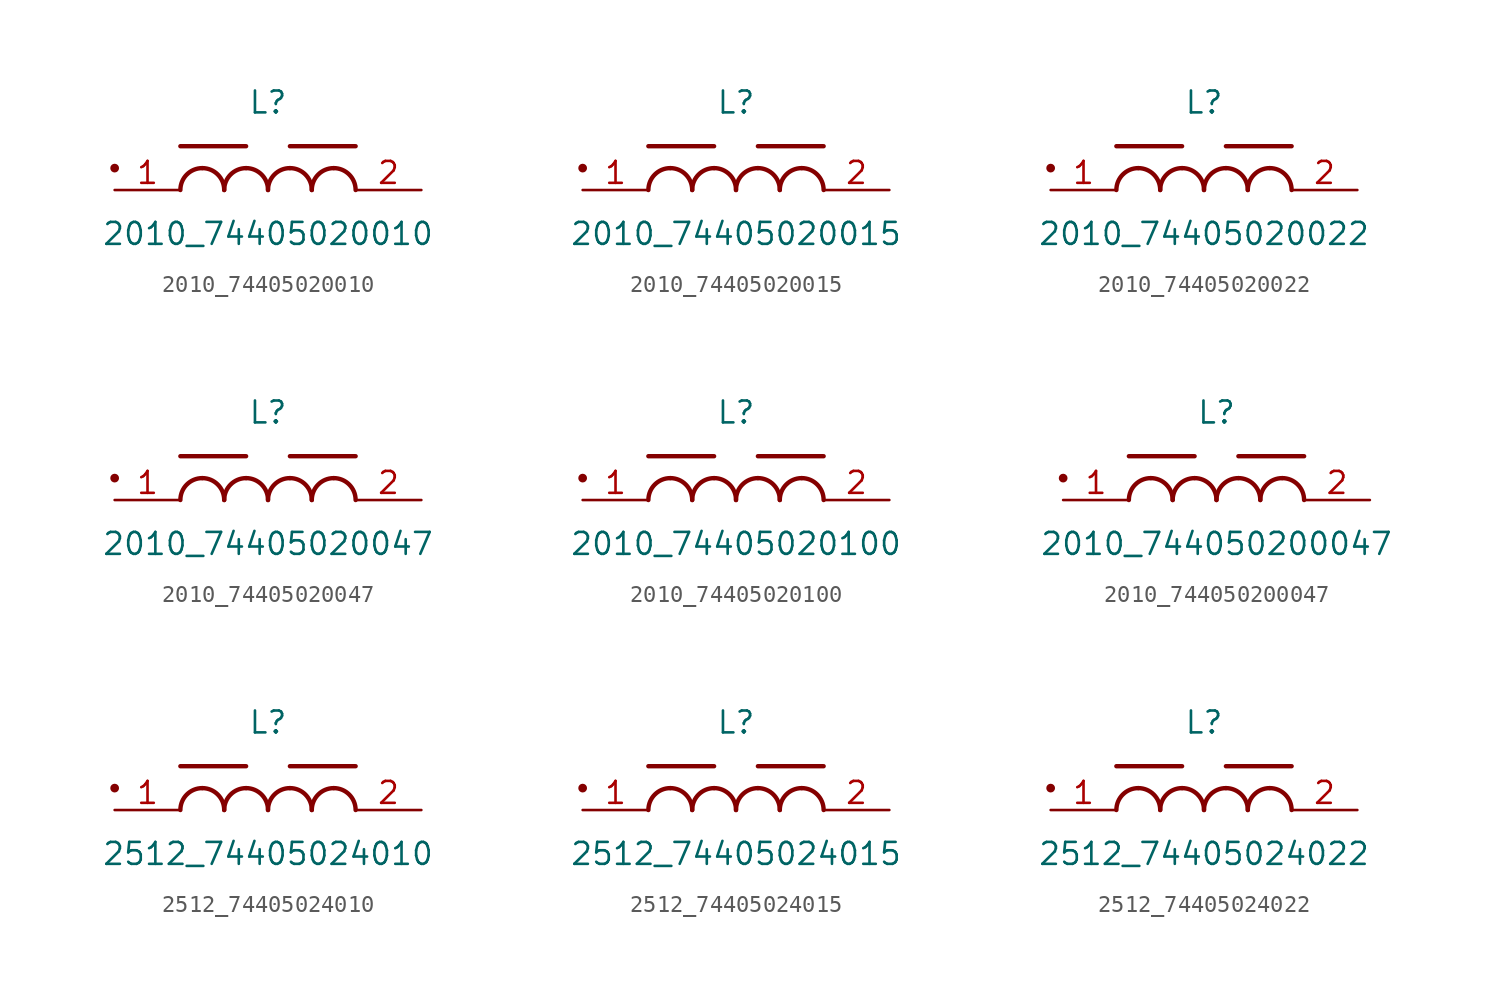
<source format=kicad_sym>
(kicad_symbol_lib
  (version 20211014)
  (generator kicad_symbol_editor)
  (symbol "Inductor_Wurth_WE-LQSH:2010_74405020010"
    (pin_names hide)
    (property "Reference" "L"
      (at 0 5.08 0)
      (effects (font (size 1.27 1.27))))
    (property "Value" "2010_74405020010"
      (at 0 -2.54 0)
      (effects (font (size 1.27 1.27))))
    (symbol "2010_74405020010_0_1"
      (circle (center -8.89 1.27) (radius 0.0001) (stroke (width 0.254)) (stroke (width 0.254) (type default) (color 0 0 0 0)) (fill (type none)))
      (arc (start -3.81 1.27) (mid -4.708 0.898) (end -5.08 0) (stroke (width 0.254) (type default) (color 0 0 0 0)) (fill (type none)))
      (arc (start -2.54 0) (mid -2.912 0.898) (end -3.81 1.27) (stroke (width 0.254) (type default) (color 0 0 0 0)) (fill (type none)))
      (arc (start -1.2699 1.2701) (mid -2.1679 0.8981) (end -2.5399 0.0001) (stroke (width 0.254) (type default) (color 0 0 0 0)) (fill (type none)))
      (polyline (pts (xy -5.08 2.54) (xy -1.27 2.54)) (stroke (width 0.254) (type default) (color 0 0 0 0)) (fill (type none)))
      (polyline (pts (xy 5.08 2.54) (xy 1.27 2.54)) (stroke (width 0.254) (type default) (color 0 0 0 0)) (fill (type none)))
      (arc (start 0.0001 0.0001) (mid -0.3719 0.8981) (end -1.2699 1.2701) (stroke (width 0.254) (type default) (color 0 0 0 0)) (fill (type none)))
      (arc (start 1.2701 1.2701) (mid 0.3721 0.8981) (end 0.0001 0.0001) (stroke (width 0.254) (type default) (color 0 0 0 0)) (fill (type none)))
      (arc (start 2.5401 0.0001) (mid 2.1681 0.8981) (end 1.2701 1.2701) (stroke (width 0.254) (type default) (color 0 0 0 0)) (fill (type none)))
      (arc (start 3.8101 1.2701) (mid 2.9121 0.8981) (end 2.5401 0.0001) (stroke (width 0.254) (type default) (color 0 0 0 0)) (fill (type none)))
      (arc (start 5.0801 0.0001) (mid 4.7081 0.8981) (end 3.8101 1.2701) (stroke (width 0.254) (type default) (color 0 0 0 0)) (fill (type none))))
    (symbol "2010_74405020010_1_1"
      (pin passive line (at -8.89 0 0) (length 3.81) (name "1" (effects (font (size 1.27 1.27)))) (number "1" (effects (font (size 1.27 1.27)))))
      (pin passive line (at 8.89 0 180) (length 3.81) (name "2" (effects (font (size 1.27 1.27)))) (number "2" (effects (font (size 1.27 1.27)))))))
  (symbol "Inductor_Wurth_WE-LQSH:2010_74405020015"
    (pin_names hide)
    (property "Reference" "L"
      (at 0 5.08 0)
      (effects (font (size 1.27 1.27))))
    (property "Value" "2010_74405020015"
      (at 0 -2.54 0)
      (effects (font (size 1.27 1.27))))
    (symbol "2010_74405020015_0_1"
      (circle (center -8.89 1.27) (radius 0.0001) (stroke (width 0.254)) (stroke (width 0.254) (type default) (color 0 0 0 0)) (fill (type none)))
      (arc (start -3.81 1.27) (mid -4.708 0.898) (end -5.08 0) (stroke (width 0.254) (type default) (color 0 0 0 0)) (fill (type none)))
      (arc (start -2.54 0) (mid -2.912 0.898) (end -3.81 1.27) (stroke (width 0.254) (type default) (color 0 0 0 0)) (fill (type none)))
      (arc (start -1.2699 1.2701) (mid -2.1679 0.8981) (end -2.5399 0.0001) (stroke (width 0.254) (type default) (color 0 0 0 0)) (fill (type none)))
      (polyline (pts (xy -5.08 2.54) (xy -1.27 2.54)) (stroke (width 0.254) (type default) (color 0 0 0 0)) (fill (type none)))
      (polyline (pts (xy 5.08 2.54) (xy 1.27 2.54)) (stroke (width 0.254) (type default) (color 0 0 0 0)) (fill (type none)))
      (arc (start 0.0001 0.0001) (mid -0.3719 0.8981) (end -1.2699 1.2701) (stroke (width 0.254) (type default) (color 0 0 0 0)) (fill (type none)))
      (arc (start 1.2701 1.2701) (mid 0.3721 0.8981) (end 0.0001 0.0001) (stroke (width 0.254) (type default) (color 0 0 0 0)) (fill (type none)))
      (arc (start 2.5401 0.0001) (mid 2.1681 0.8981) (end 1.2701 1.2701) (stroke (width 0.254) (type default) (color 0 0 0 0)) (fill (type none)))
      (arc (start 3.8101 1.2701) (mid 2.9121 0.8981) (end 2.5401 0.0001) (stroke (width 0.254) (type default) (color 0 0 0 0)) (fill (type none)))
      (arc (start 5.0801 0.0001) (mid 4.7081 0.8981) (end 3.8101 1.2701) (stroke (width 0.254) (type default) (color 0 0 0 0)) (fill (type none))))
    (symbol "2010_74405020015_1_1"
      (pin passive line (at -8.89 0 0) (length 3.81) (name "1" (effects (font (size 1.27 1.27)))) (number "1" (effects (font (size 1.27 1.27)))))
      (pin passive line (at 8.89 0 180) (length 3.81) (name "2" (effects (font (size 1.27 1.27)))) (number "2" (effects (font (size 1.27 1.27)))))))
  (symbol "Inductor_Wurth_WE-LQSH:2010_74405020022"
    (pin_names hide)
    (property "Reference" "L"
      (at 0 5.08 0)
      (effects (font (size 1.27 1.27))))
    (property "Value" "2010_74405020022"
      (at 0 -2.54 0)
      (effects (font (size 1.27 1.27))))
    (symbol "2010_74405020022_0_1"
      (circle (center -8.89 1.27) (radius 0.0001) (stroke (width 0.254)) (stroke (width 0.254) (type default) (color 0 0 0 0)) (fill (type none)))
      (arc (start -3.81 1.27) (mid -4.708 0.898) (end -5.08 0) (stroke (width 0.254) (type default) (color 0 0 0 0)) (fill (type none)))
      (arc (start -2.54 0) (mid -2.912 0.898) (end -3.81 1.27) (stroke (width 0.254) (type default) (color 0 0 0 0)) (fill (type none)))
      (arc (start -1.2699 1.2701) (mid -2.1679 0.8981) (end -2.5399 0.0001) (stroke (width 0.254) (type default) (color 0 0 0 0)) (fill (type none)))
      (polyline (pts (xy -5.08 2.54) (xy -1.27 2.54)) (stroke (width 0.254) (type default) (color 0 0 0 0)) (fill (type none)))
      (polyline (pts (xy 5.08 2.54) (xy 1.27 2.54)) (stroke (width 0.254) (type default) (color 0 0 0 0)) (fill (type none)))
      (arc (start 0.0001 0.0001) (mid -0.3719 0.8981) (end -1.2699 1.2701) (stroke (width 0.254) (type default) (color 0 0 0 0)) (fill (type none)))
      (arc (start 1.2701 1.2701) (mid 0.3721 0.8981) (end 0.0001 0.0001) (stroke (width 0.254) (type default) (color 0 0 0 0)) (fill (type none)))
      (arc (start 2.5401 0.0001) (mid 2.1681 0.8981) (end 1.2701 1.2701) (stroke (width 0.254) (type default) (color 0 0 0 0)) (fill (type none)))
      (arc (start 3.8101 1.2701) (mid 2.9121 0.8981) (end 2.5401 0.0001) (stroke (width 0.254) (type default) (color 0 0 0 0)) (fill (type none)))
      (arc (start 5.0801 0.0001) (mid 4.7081 0.8981) (end 3.8101 1.2701) (stroke (width 0.254) (type default) (color 0 0 0 0)) (fill (type none))))
    (symbol "2010_74405020022_1_1"
      (pin passive line (at -8.89 0 0) (length 3.81) (name "1" (effects (font (size 1.27 1.27)))) (number "1" (effects (font (size 1.27 1.27)))))
      (pin passive line (at 8.89 0 180) (length 3.81) (name "2" (effects (font (size 1.27 1.27)))) (number "2" (effects (font (size 1.27 1.27)))))))
  (symbol "Inductor_Wurth_WE-LQSH:2010_74405020047"
    (pin_names hide)
    (property "Reference" "L"
      (at 0 5.08 0)
      (effects (font (size 1.27 1.27))))
    (property "Value" "2010_74405020047"
      (at 0 -2.54 0)
      (effects (font (size 1.27 1.27))))
    (symbol "2010_74405020047_0_1"
      (circle (center -8.89 1.27) (radius 0.0001) (stroke (width 0.254)) (stroke (width 0.254) (type default) (color 0 0 0 0)) (fill (type none)))
      (arc (start -3.81 1.27) (mid -4.708 0.898) (end -5.08 0) (stroke (width 0.254) (type default) (color 0 0 0 0)) (fill (type none)))
      (arc (start -2.54 0) (mid -2.912 0.898) (end -3.81 1.27) (stroke (width 0.254) (type default) (color 0 0 0 0)) (fill (type none)))
      (arc (start -1.2699 1.2701) (mid -2.1679 0.8981) (end -2.5399 0.0001) (stroke (width 0.254) (type default) (color 0 0 0 0)) (fill (type none)))
      (polyline (pts (xy -5.08 2.54) (xy -1.27 2.54)) (stroke (width 0.254) (type default) (color 0 0 0 0)) (fill (type none)))
      (polyline (pts (xy 5.08 2.54) (xy 1.27 2.54)) (stroke (width 0.254) (type default) (color 0 0 0 0)) (fill (type none)))
      (arc (start 0.0001 0.0001) (mid -0.3719 0.8981) (end -1.2699 1.2701) (stroke (width 0.254) (type default) (color 0 0 0 0)) (fill (type none)))
      (arc (start 1.2701 1.2701) (mid 0.3721 0.8981) (end 0.0001 0.0001) (stroke (width 0.254) (type default) (color 0 0 0 0)) (fill (type none)))
      (arc (start 2.5401 0.0001) (mid 2.1681 0.8981) (end 1.2701 1.2701) (stroke (width 0.254) (type default) (color 0 0 0 0)) (fill (type none)))
      (arc (start 3.8101 1.2701) (mid 2.9121 0.8981) (end 2.5401 0.0001) (stroke (width 0.254) (type default) (color 0 0 0 0)) (fill (type none)))
      (arc (start 5.0801 0.0001) (mid 4.7081 0.8981) (end 3.8101 1.2701) (stroke (width 0.254) (type default) (color 0 0 0 0)) (fill (type none))))
    (symbol "2010_74405020047_1_1"
      (pin passive line (at -8.89 0 0) (length 3.81) (name "1" (effects (font (size 1.27 1.27)))) (number "1" (effects (font (size 1.27 1.27)))))
      (pin passive line (at 8.89 0 180) (length 3.81) (name "2" (effects (font (size 1.27 1.27)))) (number "2" (effects (font (size 1.27 1.27)))))))
  (symbol "Inductor_Wurth_WE-LQSH:2010_74405020100"
    (pin_names hide)
    (property "Reference" "L"
      (at 0 5.08 0)
      (effects (font (size 1.27 1.27))))
    (property "Value" "2010_74405020100"
      (at 0 -2.54 0)
      (effects (font (size 1.27 1.27))))
    (symbol "2010_74405020100_0_1"
      (circle (center -8.89 1.27) (radius 0.0001) (stroke (width 0.254)) (stroke (width 0.254) (type default) (color 0 0 0 0)) (fill (type none)))
      (arc (start -3.81 1.27) (mid -4.708 0.898) (end -5.08 0) (stroke (width 0.254) (type default) (color 0 0 0 0)) (fill (type none)))
      (arc (start -2.54 0) (mid -2.912 0.898) (end -3.81 1.27) (stroke (width 0.254) (type default) (color 0 0 0 0)) (fill (type none)))
      (arc (start -1.2699 1.2701) (mid -2.1679 0.8981) (end -2.5399 0.0001) (stroke (width 0.254) (type default) (color 0 0 0 0)) (fill (type none)))
      (polyline (pts (xy -5.08 2.54) (xy -1.27 2.54)) (stroke (width 0.254) (type default) (color 0 0 0 0)) (fill (type none)))
      (polyline (pts (xy 5.08 2.54) (xy 1.27 2.54)) (stroke (width 0.254) (type default) (color 0 0 0 0)) (fill (type none)))
      (arc (start 0.0001 0.0001) (mid -0.3719 0.8981) (end -1.2699 1.2701) (stroke (width 0.254) (type default) (color 0 0 0 0)) (fill (type none)))
      (arc (start 1.2701 1.2701) (mid 0.3721 0.8981) (end 0.0001 0.0001) (stroke (width 0.254) (type default) (color 0 0 0 0)) (fill (type none)))
      (arc (start 2.5401 0.0001) (mid 2.1681 0.8981) (end 1.2701 1.2701) (stroke (width 0.254) (type default) (color 0 0 0 0)) (fill (type none)))
      (arc (start 3.8101 1.2701) (mid 2.9121 0.8981) (end 2.5401 0.0001) (stroke (width 0.254) (type default) (color 0 0 0 0)) (fill (type none)))
      (arc (start 5.0801 0.0001) (mid 4.7081 0.8981) (end 3.8101 1.2701) (stroke (width 0.254) (type default) (color 0 0 0 0)) (fill (type none))))
    (symbol "2010_74405020100_1_1"
      (pin passive line (at -8.89 0 0) (length 3.81) (name "1" (effects (font (size 1.27 1.27)))) (number "1" (effects (font (size 1.27 1.27)))))
      (pin passive line (at 8.89 0 180) (length 3.81) (name "2" (effects (font (size 1.27 1.27)))) (number "2" (effects (font (size 1.27 1.27)))))))
  (symbol "Inductor_Wurth_WE-LQSH:2010_744050200047"
    (pin_names hide)
    (property "Reference" "L"
      (at 0 5.08 0)
      (effects (font (size 1.27 1.27))))
    (property "Value" "2010_744050200047"
      (at 0 -2.54 0)
      (effects (font (size 1.27 1.27))))
    (symbol "2010_744050200047_0_1"
      (circle (center -8.89 1.27) (radius 0.0001) (stroke (width 0.254)) (stroke (width 0.254) (type default) (color 0 0 0 0)) (fill (type none)))
      (arc (start -3.81 1.27) (mid -4.708 0.898) (end -5.08 0) (stroke (width 0.254) (type default) (color 0 0 0 0)) (fill (type none)))
      (arc (start -2.54 0) (mid -2.912 0.898) (end -3.81 1.27) (stroke (width 0.254) (type default) (color 0 0 0 0)) (fill (type none)))
      (arc (start -1.2699 1.2701) (mid -2.1679 0.8981) (end -2.5399 0.0001) (stroke (width 0.254) (type default) (color 0 0 0 0)) (fill (type none)))
      (polyline (pts (xy -5.08 2.54) (xy -1.27 2.54)) (stroke (width 0.254) (type default) (color 0 0 0 0)) (fill (type none)))
      (polyline (pts (xy 5.08 2.54) (xy 1.27 2.54)) (stroke (width 0.254) (type default) (color 0 0 0 0)) (fill (type none)))
      (arc (start 0.0001 0.0001) (mid -0.3719 0.8981) (end -1.2699 1.2701) (stroke (width 0.254) (type default) (color 0 0 0 0)) (fill (type none)))
      (arc (start 1.2701 1.2701) (mid 0.3721 0.8981) (end 0.0001 0.0001) (stroke (width 0.254) (type default) (color 0 0 0 0)) (fill (type none)))
      (arc (start 2.5401 0.0001) (mid 2.1681 0.8981) (end 1.2701 1.2701) (stroke (width 0.254) (type default) (color 0 0 0 0)) (fill (type none)))
      (arc (start 3.8101 1.2701) (mid 2.9121 0.8981) (end 2.5401 0.0001) (stroke (width 0.254) (type default) (color 0 0 0 0)) (fill (type none)))
      (arc (start 5.0801 0.0001) (mid 4.7081 0.8981) (end 3.8101 1.2701) (stroke (width 0.254) (type default) (color 0 0 0 0)) (fill (type none))))
    (symbol "2010_744050200047_1_1"
      (pin passive line (at -8.89 0 0) (length 3.81) (name "1" (effects (font (size 1.27 1.27)))) (number "1" (effects (font (size 1.27 1.27)))))
      (pin passive line (at 8.89 0 180) (length 3.81) (name "2" (effects (font (size 1.27 1.27)))) (number "2" (effects (font (size 1.27 1.27)))))))
  (symbol "Inductor_Wurth_WE-LQSH:2512_74405024010"
    (pin_names hide)
    (property "Reference" "L"
      (at 0 5.08 0)
      (effects (font (size 1.27 1.27))))
    (property "Value" "2512_74405024010"
      (at 0 -2.54 0)
      (effects (font (size 1.27 1.27))))
    (symbol "2512_74405024010_0_1"
      (circle (center -8.89 1.27) (radius 0.0001) (stroke (width 0.254)) (stroke (width 0.254) (type default) (color 0 0 0 0)) (fill (type none)))
      (arc (start -3.81 1.27) (mid -4.708 0.898) (end -5.08 0) (stroke (width 0.254) (type default) (color 0 0 0 0)) (fill (type none)))
      (arc (start -2.54 0) (mid -2.912 0.898) (end -3.81 1.27) (stroke (width 0.254) (type default) (color 0 0 0 0)) (fill (type none)))
      (arc (start -1.2699 1.2701) (mid -2.1679 0.8981) (end -2.5399 0.0001) (stroke (width 0.254) (type default) (color 0 0 0 0)) (fill (type none)))
      (polyline (pts (xy -5.08 2.54) (xy -1.27 2.54)) (stroke (width 0.254) (type default) (color 0 0 0 0)) (fill (type none)))
      (polyline (pts (xy 5.08 2.54) (xy 1.27 2.54)) (stroke (width 0.254) (type default) (color 0 0 0 0)) (fill (type none)))
      (arc (start 0.0001 0.0001) (mid -0.3719 0.8981) (end -1.2699 1.2701) (stroke (width 0.254) (type default) (color 0 0 0 0)) (fill (type none)))
      (arc (start 1.2701 1.2701) (mid 0.3721 0.8981) (end 0.0001 0.0001) (stroke (width 0.254) (type default) (color 0 0 0 0)) (fill (type none)))
      (arc (start 2.5401 0.0001) (mid 2.1681 0.8981) (end 1.2701 1.2701) (stroke (width 0.254) (type default) (color 0 0 0 0)) (fill (type none)))
      (arc (start 3.8101 1.2701) (mid 2.9121 0.8981) (end 2.5401 0.0001) (stroke (width 0.254) (type default) (color 0 0 0 0)) (fill (type none)))
      (arc (start 5.0801 0.0001) (mid 4.7081 0.8981) (end 3.8101 1.2701) (stroke (width 0.254) (type default) (color 0 0 0 0)) (fill (type none))))
    (symbol "2512_74405024010_1_1"
      (pin passive line (at -8.89 0 0) (length 3.81) (name "1" (effects (font (size 1.27 1.27)))) (number "1" (effects (font (size 1.27 1.27)))))
      (pin passive line (at 8.89 0 180) (length 3.81) (name "2" (effects (font (size 1.27 1.27)))) (number "2" (effects (font (size 1.27 1.27)))))))
  (symbol "Inductor_Wurth_WE-LQSH:2512_74405024015"
    (pin_names hide)
    (property "Reference" "L"
      (at 0 5.08 0)
      (effects (font (size 1.27 1.27))))
    (property "Value" "2512_74405024015"
      (at 0 -2.54 0)
      (effects (font (size 1.27 1.27))))
    (symbol "2512_74405024015_0_1"
      (circle (center -8.89 1.27) (radius 0.0001) (stroke (width 0.254)) (stroke (width 0.254) (type default) (color 0 0 0 0)) (fill (type none)))
      (arc (start -3.81 1.27) (mid -4.708 0.898) (end -5.08 0) (stroke (width 0.254) (type default) (color 0 0 0 0)) (fill (type none)))
      (arc (start -2.54 0) (mid -2.912 0.898) (end -3.81 1.27) (stroke (width 0.254) (type default) (color 0 0 0 0)) (fill (type none)))
      (arc (start -1.2699 1.2701) (mid -2.1679 0.8981) (end -2.5399 0.0001) (stroke (width 0.254) (type default) (color 0 0 0 0)) (fill (type none)))
      (polyline (pts (xy -5.08 2.54) (xy -1.27 2.54)) (stroke (width 0.254) (type default) (color 0 0 0 0)) (fill (type none)))
      (polyline (pts (xy 5.08 2.54) (xy 1.27 2.54)) (stroke (width 0.254) (type default) (color 0 0 0 0)) (fill (type none)))
      (arc (start 0.0001 0.0001) (mid -0.3719 0.8981) (end -1.2699 1.2701) (stroke (width 0.254) (type default) (color 0 0 0 0)) (fill (type none)))
      (arc (start 1.2701 1.2701) (mid 0.3721 0.8981) (end 0.0001 0.0001) (stroke (width 0.254) (type default) (color 0 0 0 0)) (fill (type none)))
      (arc (start 2.5401 0.0001) (mid 2.1681 0.8981) (end 1.2701 1.2701) (stroke (width 0.254) (type default) (color 0 0 0 0)) (fill (type none)))
      (arc (start 3.8101 1.2701) (mid 2.9121 0.8981) (end 2.5401 0.0001) (stroke (width 0.254) (type default) (color 0 0 0 0)) (fill (type none)))
      (arc (start 5.0801 0.0001) (mid 4.7081 0.8981) (end 3.8101 1.2701) (stroke (width 0.254) (type default) (color 0 0 0 0)) (fill (type none))))
    (symbol "2512_74405024015_1_1"
      (pin passive line (at -8.89 0 0) (length 3.81) (name "1" (effects (font (size 1.27 1.27)))) (number "1" (effects (font (size 1.27 1.27)))))
      (pin passive line (at 8.89 0 180) (length 3.81) (name "2" (effects (font (size 1.27 1.27)))) (number "2" (effects (font (size 1.27 1.27)))))))
  (symbol "Inductor_Wurth_WE-LQSH:2512_74405024022"
    (pin_names hide)
    (property "Reference" "L"
      (at 0 5.08 0)
      (effects (font (size 1.27 1.27))))
    (property "Value" "2512_74405024022"
      (at 0 -2.54 0)
      (effects (font (size 1.27 1.27))))
    (symbol "2512_74405024022_0_1"
      (circle (center -8.89 1.27) (radius 0.0001) (stroke (width 0.254)) (stroke (width 0.254) (type default) (color 0 0 0 0)) (fill (type none)))
      (arc (start -3.81 1.27) (mid -4.708 0.898) (end -5.08 0) (stroke (width 0.254) (type default) (color 0 0 0 0)) (fill (type none)))
      (arc (start -2.54 0) (mid -2.912 0.898) (end -3.81 1.27) (stroke (width 0.254) (type default) (color 0 0 0 0)) (fill (type none)))
      (arc (start -1.2699 1.2701) (mid -2.1679 0.8981) (end -2.5399 0.0001) (stroke (width 0.254) (type default) (color 0 0 0 0)) (fill (type none)))
      (polyline (pts (xy -5.08 2.54) (xy -1.27 2.54)) (stroke (width 0.254) (type default) (color 0 0 0 0)) (fill (type none)))
      (polyline (pts (xy 5.08 2.54) (xy 1.27 2.54)) (stroke (width 0.254) (type default) (color 0 0 0 0)) (fill (type none)))
      (arc (start 0.0001 0.0001) (mid -0.3719 0.8981) (end -1.2699 1.2701) (stroke (width 0.254) (type default) (color 0 0 0 0)) (fill (type none)))
      (arc (start 1.2701 1.2701) (mid 0.3721 0.8981) (end 0.0001 0.0001) (stroke (width 0.254) (type default) (color 0 0 0 0)) (fill (type none)))
      (arc (start 2.5401 0.0001) (mid 2.1681 0.8981) (end 1.2701 1.2701) (stroke (width 0.254) (type default) (color 0 0 0 0)) (fill (type none)))
      (arc (start 3.8101 1.2701) (mid 2.9121 0.8981) (end 2.5401 0.0001) (stroke (width 0.254) (type default) (color 0 0 0 0)) (fill (type none)))
      (arc (start 5.0801 0.0001) (mid 4.7081 0.8981) (end 3.8101 1.2701) (stroke (width 0.254) (type default) (color 0 0 0 0)) (fill (type none))))
    (symbol "2512_74405024022_1_1"
      (pin passive line (at -8.89 0 0) (length 3.81) (name "1" (effects (font (size 1.27 1.27)))) (number "1" (effects (font (size 1.27 1.27)))))
      (pin passive line (at 8.89 0 180) (length 3.81) (name "2" (effects (font (size 1.27 1.27)))) (number "2" (effects (font (size 1.27 1.27))))))))
</source>
